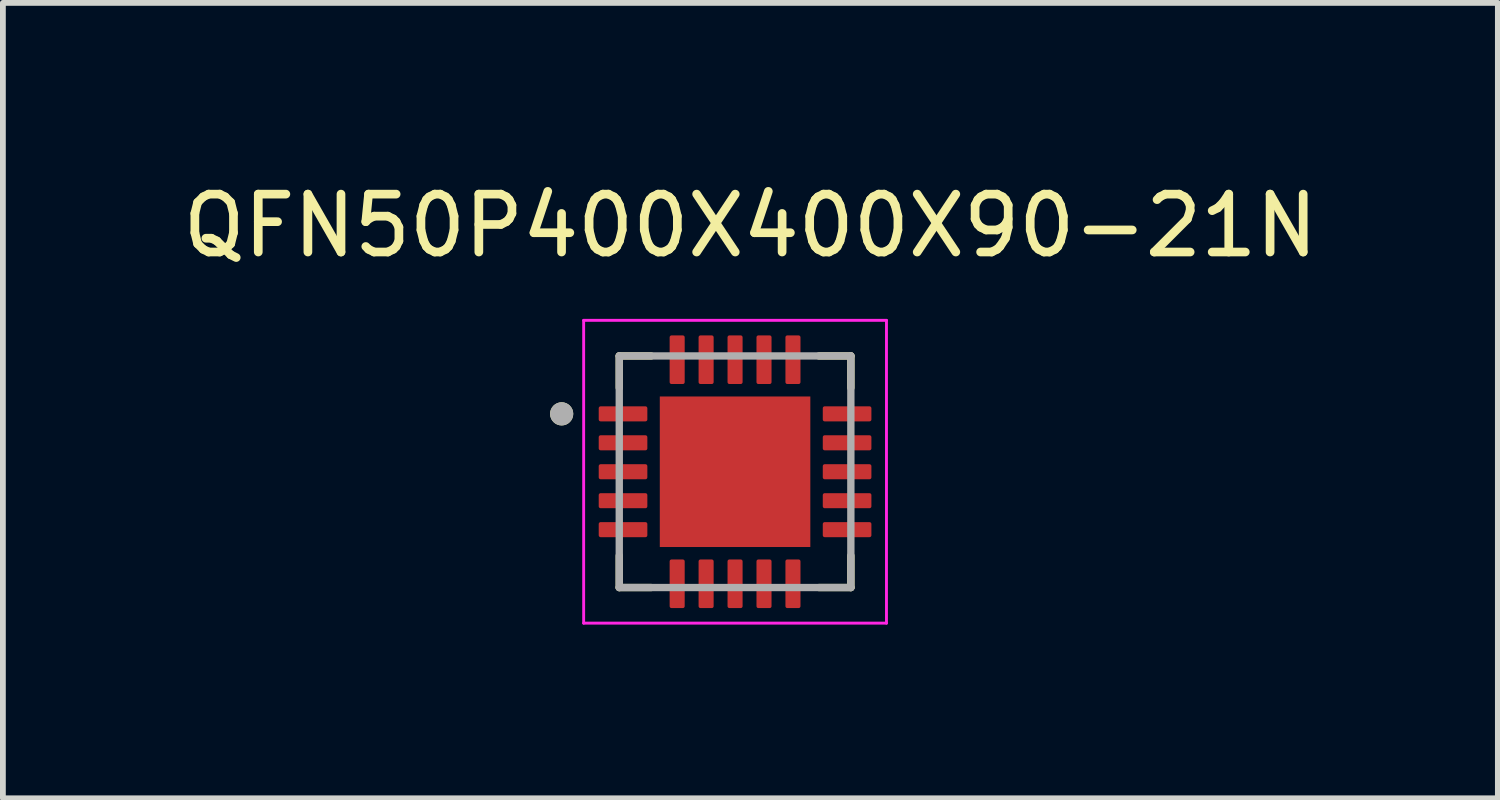
<source format=kicad_pcb>
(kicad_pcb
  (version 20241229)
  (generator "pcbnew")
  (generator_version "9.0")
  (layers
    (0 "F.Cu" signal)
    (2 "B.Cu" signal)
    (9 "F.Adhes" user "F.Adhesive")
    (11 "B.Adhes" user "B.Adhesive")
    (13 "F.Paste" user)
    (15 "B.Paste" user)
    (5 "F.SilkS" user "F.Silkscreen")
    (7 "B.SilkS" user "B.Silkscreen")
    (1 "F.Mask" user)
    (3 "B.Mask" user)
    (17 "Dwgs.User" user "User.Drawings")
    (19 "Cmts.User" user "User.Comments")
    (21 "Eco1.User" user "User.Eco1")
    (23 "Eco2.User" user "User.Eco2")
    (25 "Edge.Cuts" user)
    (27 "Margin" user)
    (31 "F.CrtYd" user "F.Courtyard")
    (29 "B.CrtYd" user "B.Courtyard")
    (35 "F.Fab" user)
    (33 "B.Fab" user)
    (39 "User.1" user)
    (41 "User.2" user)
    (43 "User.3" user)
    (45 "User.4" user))
  (footprint "QFN50P400X400X90-21N"
    (layer "F.Cu")
    (at 9.646 5.098)
    (property "Reference" "QFN50P400X400X90-21N" (at 0.265 -4.25 0) (layer "F.SilkS") (effects (font (size 1 1) (thickness 0.15))))
    (attr smd)
    (fp_line (start -2 -2) (end -2 -1.45) (stroke (width 0.127) (type solid)) (layer "F.SilkS"))
    (fp_line (start -2 -2) (end -1.45 -2) (stroke (width 0.127) (type solid)) (layer "F.SilkS"))
    (fp_line (start -2 2) (end -2 1.45) (stroke (width 0.127) (type solid)) (layer "F.SilkS"))
    (fp_line (start -2 2) (end -1.45 2) (stroke (width 0.127) (type solid)) (layer "F.SilkS"))
    (fp_line (start 2 -2) (end 1.45 -2) (stroke (width 0.127) (type solid)) (layer "F.SilkS"))
    (fp_line (start 2 -2) (end 2 -1.45) (stroke (width 0.127) (type solid)) (layer "F.SilkS"))
    (fp_line (start 2 2) (end 1.45 2) (stroke (width 0.127) (type solid)) (layer "F.SilkS"))
    (fp_line (start 2 2) (end 2 1.45) (stroke (width 0.127) (type solid)) (layer "F.SilkS"))
    (fp_circle (center -2.995 -1) (end -2.895 -1) (stroke (width 0.2) (type solid)) (fill no) (layer "F.SilkS"))
    (fp_poly (pts (xy -0.82 -0.82) (xy 0.82 -0.82) (xy 0.82 0.82) (xy -0.82 0.82)) (stroke (width 0.01) (type solid)) (fill yes) (layer "F.Paste"))
    (fp_line (start -2.615 -2.615) (end 2.615 -2.615) (stroke (width 0.05) (type solid)) (layer "F.CrtYd"))
    (fp_line (start -2.615 2.615) (end -2.615 -2.615) (stroke (width 0.05) (type solid)) (layer "F.CrtYd"))
    (fp_line (start -2.615 2.615) (end 2.615 2.615) (stroke (width 0.05) (type solid)) (layer "F.CrtYd"))
    (fp_line (start 2.615 2.615) (end 2.615 -2.615) (stroke (width 0.05) (type solid)) (layer "F.CrtYd"))
    (fp_line (start -2 2) (end -2 -2) (stroke (width 0.127) (type solid)) (layer "F.Fab"))
    (fp_line (start 2 -2) (end -2 -2) (stroke (width 0.127) (type solid)) (layer "F.Fab"))
    (fp_line (start 2 2) (end -2 2) (stroke (width 0.127) (type solid)) (layer "F.Fab"))
    (fp_line (start 2 2) (end 2 -2) (stroke (width 0.127) (type solid)) (layer "F.Fab"))
    (fp_circle (center -2.995 -1) (end -2.895 -1) (stroke (width 0.2) (type solid)) (fill no) (layer "F.Fab"))
    (pad "1" smd roundrect (at -1.935 -1) (size 0.84 0.26) (layers "F.Cu" "F.Mask" "F.Paste") (roundrect_rratio 0.125))
    (pad "2" smd roundrect (at -1.935 -0.5) (size 0.84 0.26) (layers "F.Cu" "F.Mask" "F.Paste") (roundrect_rratio 0.125))
    (pad "3" smd roundrect (at -1.935 0) (size 0.84 0.26) (layers "F.Cu" "F.Mask" "F.Paste") (roundrect_rratio 0.125))
    (pad "4" smd roundrect (at -1.935 0.5) (size 0.84 0.26) (layers "F.Cu" "F.Mask" "F.Paste") (roundrect_rratio 0.125))
    (pad "5" smd roundrect (at -1.935 1) (size 0.84 0.26) (layers "F.Cu" "F.Mask" "F.Paste") (roundrect_rratio 0.125))
    (pad "6" smd roundrect (at -1 1.935) (size 0.26 0.84) (layers "F.Cu" "F.Mask" "F.Paste") (roundrect_rratio 0.125))
    (pad "7" smd roundrect (at -0.5 1.935) (size 0.26 0.84) (layers "F.Cu" "F.Mask" "F.Paste") (roundrect_rratio 0.125))
    (pad "8" smd roundrect (at 0 1.935) (size 0.26 0.84) (layers "F.Cu" "F.Mask" "F.Paste") (roundrect_rratio 0.125))
    (pad "9" smd roundrect (at 0.5 1.935) (size 0.26 0.84) (layers "F.Cu" "F.Mask" "F.Paste") (roundrect_rratio 0.125))
    (pad "10" smd roundrect (at 1 1.935) (size 0.26 0.84) (layers "F.Cu" "F.Mask" "F.Paste") (roundrect_rratio 0.125))
    (pad "11" smd roundrect (at 1.935 1) (size 0.84 0.26) (layers "F.Cu" "F.Mask" "F.Paste") (roundrect_rratio 0.125))
    (pad "12" smd roundrect (at 1.935 0.5) (size 0.84 0.26) (layers "F.Cu" "F.Mask" "F.Paste") (roundrect_rratio 0.125))
    (pad "13" smd roundrect (at 1.935 0) (size 0.84 0.26) (layers "F.Cu" "F.Mask" "F.Paste") (roundrect_rratio 0.125))
    (pad "14" smd roundrect (at 1.935 -0.5) (size 0.84 0.26) (layers "F.Cu" "F.Mask" "F.Paste") (roundrect_rratio 0.125))
    (pad "15" smd roundrect (at 1.935 -1) (size 0.84 0.26) (layers "F.Cu" "F.Mask" "F.Paste") (roundrect_rratio 0.125))
    (pad "16" smd roundrect (at 1 -1.935) (size 0.26 0.84) (layers "F.Cu" "F.Mask" "F.Paste") (roundrect_rratio 0.125))
    (pad "17" smd roundrect (at 0.5 -1.935) (size 0.26 0.84) (layers "F.Cu" "F.Mask" "F.Paste") (roundrect_rratio 0.125))
    (pad "18" smd roundrect (at 0 -1.935) (size 0.26 0.84) (layers "F.Cu" "F.Mask" "F.Paste") (roundrect_rratio 0.125))
    (pad "19" smd roundrect (at -0.5 -1.935) (size 0.26 0.84) (layers "F.Cu" "F.Mask" "F.Paste") (roundrect_rratio 0.125))
    (pad "20" smd roundrect (at -1 -1.935) (size 0.26 0.84) (layers "F.Cu" "F.Mask" "F.Paste") (roundrect_rratio 0.125))
    (pad "21" smd rect (at 0 0) (size 2.6 2.6) (layers "F.Cu" "F.Mask")))
  (gr_rect
    (start -3 -3)
    (end 22.821 10.738)
    (stroke (width 0.1) (type default))
    (fill no)
    (layer "Edge.Cuts")))
</source>
